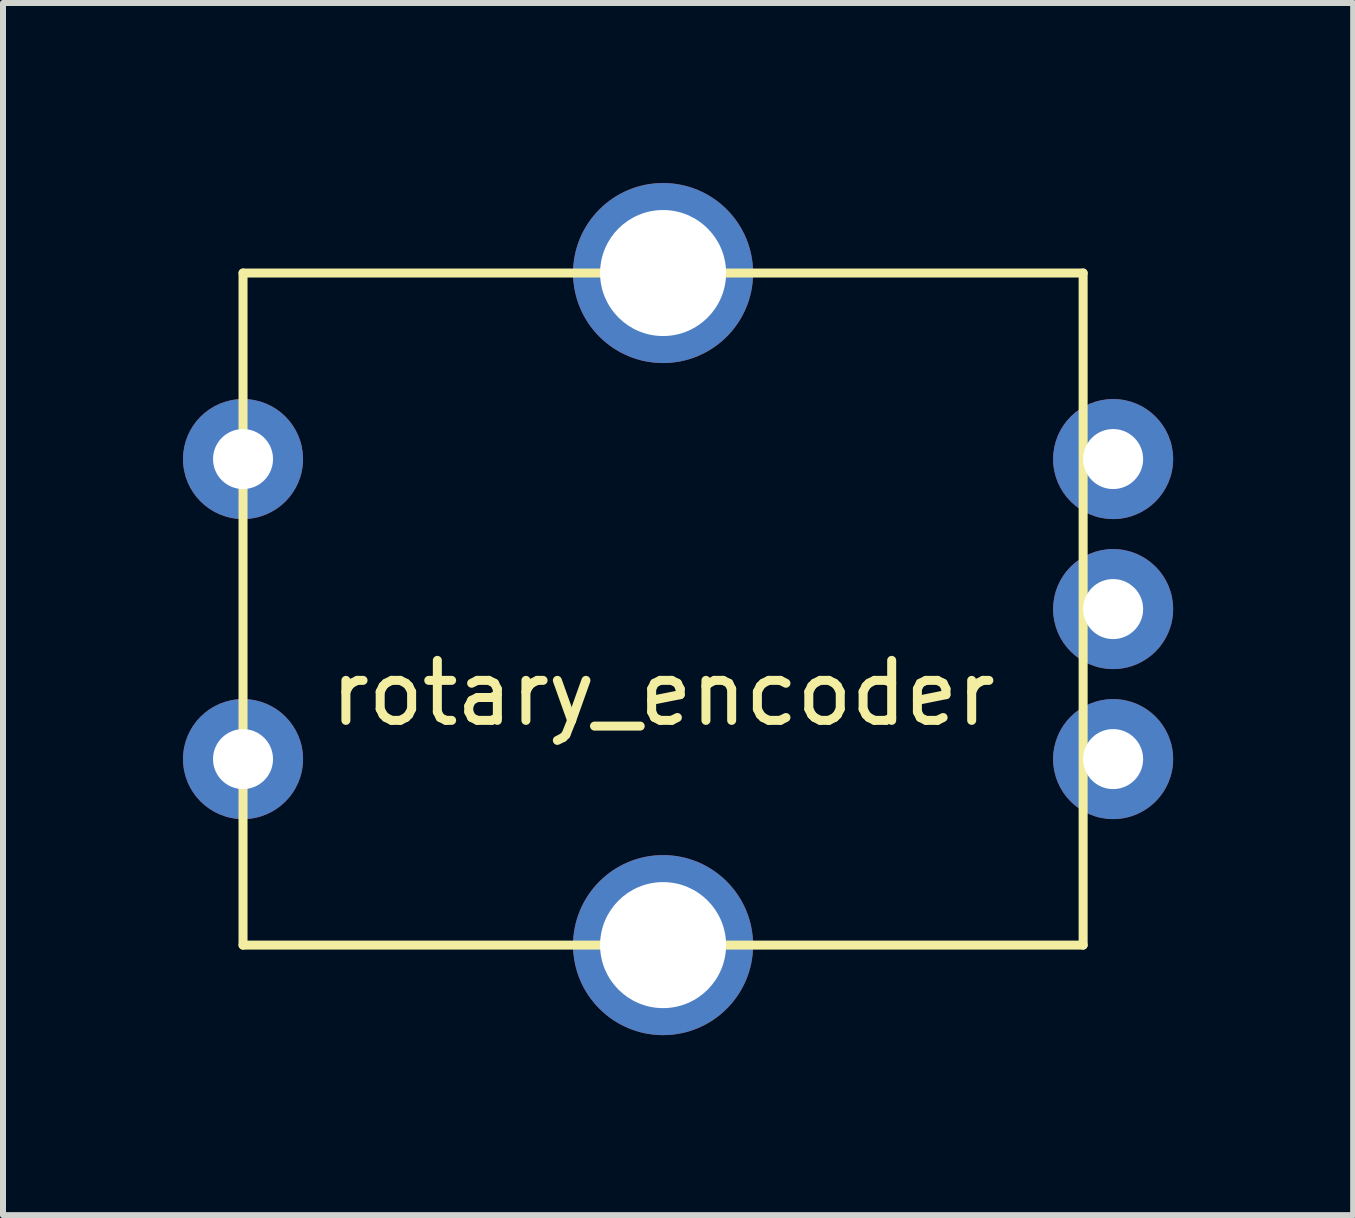
<source format=kicad_pcb>
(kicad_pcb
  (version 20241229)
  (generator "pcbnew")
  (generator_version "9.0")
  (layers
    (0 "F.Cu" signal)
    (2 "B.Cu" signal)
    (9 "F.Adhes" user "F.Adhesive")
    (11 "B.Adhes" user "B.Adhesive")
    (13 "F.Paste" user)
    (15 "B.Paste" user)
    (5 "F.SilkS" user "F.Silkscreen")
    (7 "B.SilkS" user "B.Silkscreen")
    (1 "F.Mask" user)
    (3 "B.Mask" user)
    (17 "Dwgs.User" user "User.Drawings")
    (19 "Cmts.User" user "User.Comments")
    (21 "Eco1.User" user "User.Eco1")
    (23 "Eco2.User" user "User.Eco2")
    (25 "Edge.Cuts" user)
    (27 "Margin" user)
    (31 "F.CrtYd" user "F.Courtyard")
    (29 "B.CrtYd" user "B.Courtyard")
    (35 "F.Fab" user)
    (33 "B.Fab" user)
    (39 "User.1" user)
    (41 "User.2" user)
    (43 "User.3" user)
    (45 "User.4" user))
  (footprint "rotary_encoder"
    (layer "F.Cu")
    (at 8 7.1)
    (property "Reference" "rotary_encoder" (at 0 1.4 0) (layer "F.SilkS") (effects (font (size 1 1) (thickness 0.15))))
    (attr through_hole)
    (fp_line (start -7 -5.6) (end -7 5.6) (stroke (width 0.15) (type solid)) (layer "F.SilkS"))
    (fp_line (start -7 5.6) (end 7 5.6) (stroke (width 0.15) (type solid)) (layer "F.SilkS"))
    (fp_line (start 7 -5.6) (end -7 -5.6) (stroke (width 0.15) (type solid)) (layer "F.SilkS"))
    (fp_line (start 7 5.6) (end 7 -5.6) (stroke (width 0.15) (type solid)) (layer "F.SilkS"))
    (pad "" thru_hole circle (at 0 -5.6) (size 3 3) (drill 2.1) (layers "*.Cu" "*.Mask"))
    (pad "" thru_hole circle (at 0 5.6) (size 3 3) (drill 2.1) (layers "*.Cu" "*.Mask"))
    (pad "1" thru_hole circle (at 7.5 2.5) (size 2 2) (drill 1) (layers "*.Cu" "*.Mask"))
    (pad "2" thru_hole circle (at 7.5 0) (size 2 2) (drill 1) (layers "*.Cu" "*.Mask"))
    (pad "3" thru_hole circle (at 7.5 -2.5) (size 2 2) (drill 1) (layers "*.Cu" "*.Mask"))
    (pad "4" thru_hole circle (at -7 2.5) (size 2 2) (drill 1) (layers "*.Cu" "*.Mask"))
    (pad "5" thru_hole circle (at -7 -2.5) (size 2 2) (drill 1) (layers "*.Cu" "*.Mask")))
  (gr_rect
    (start -3 -3)
    (end 19.5 17.2)
    (stroke (width 0.1) (type default))
    (fill no)
    (layer "Edge.Cuts")))
</source>
